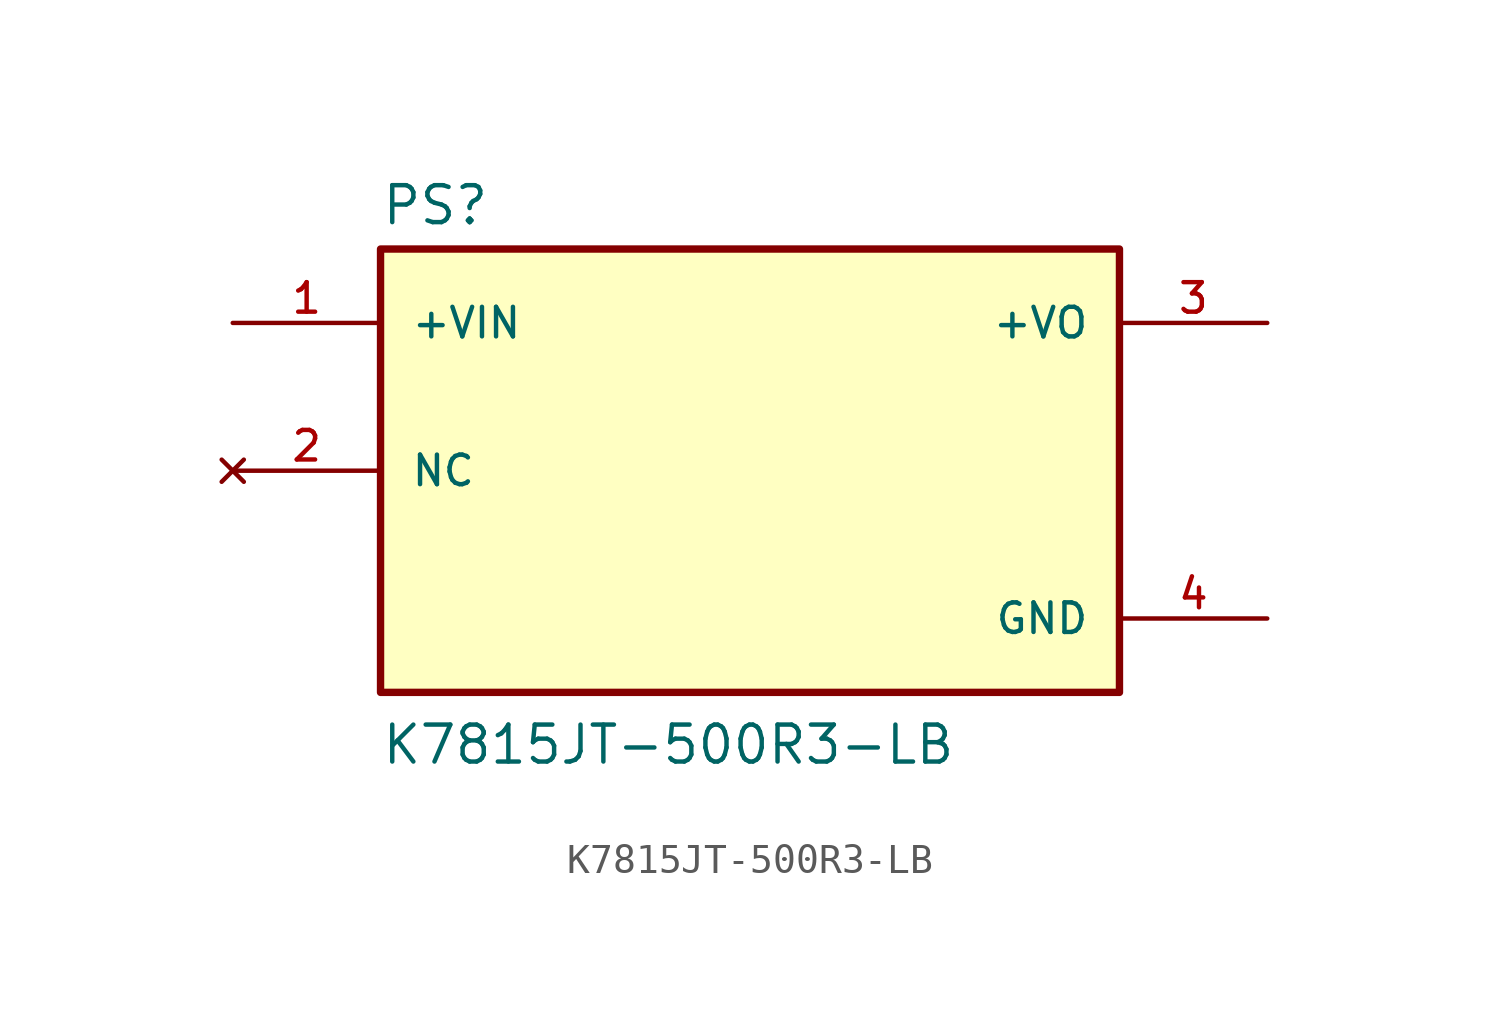
<source format=kicad_sym>
(kicad_symbol_lib
  (version 20211014)
  (generator kicad_symbol_editor)
  (symbol "K7815JT-500R3-LB"
    (pin_names
      (offset 1.016))
    (property "Reference" "PS"
      (at -12.7 8.382 0)
      (effects (font (size 1.27 1.27)) (justify bottom left)))
    (property "Value" "K7815JT-500R3-LB"
      (at -12.7 -10.16 0)
      (effects (font (size 1.27 1.27)) (justify bottom left)))
    (symbol "K7815JT-500R3-LB_0_0"
      (rectangle (start -12.7 -7.62) (end 12.7 7.62) (stroke (width 0.254)) (fill (type background)))
      (pin input line (at -17.78 5.08 0) (length 5.08) (name "+VIN" (effects (font (size 1.016 1.016)))) (number "1" (effects (font (size 1.016 1.016)))))
      (pin no_connect line (at -17.78 0.0 0) (length 5.08) (name "NC" (effects (font (size 1.016 1.016)))) (number "2" (effects (font (size 1.016 1.016)))))
      (pin power_in line (at 17.78 -5.08 180.0) (length 5.08) (name "GND" (effects (font (size 1.016 1.016)))) (number "4" (effects (font (size 1.016 1.016)))))
      (pin output line (at 17.78 5.08 180.0) (length 5.08) (name "+VO" (effects (font (size 1.016 1.016)))) (number "3" (effects (font (size 1.016 1.016))))))))
</source>
